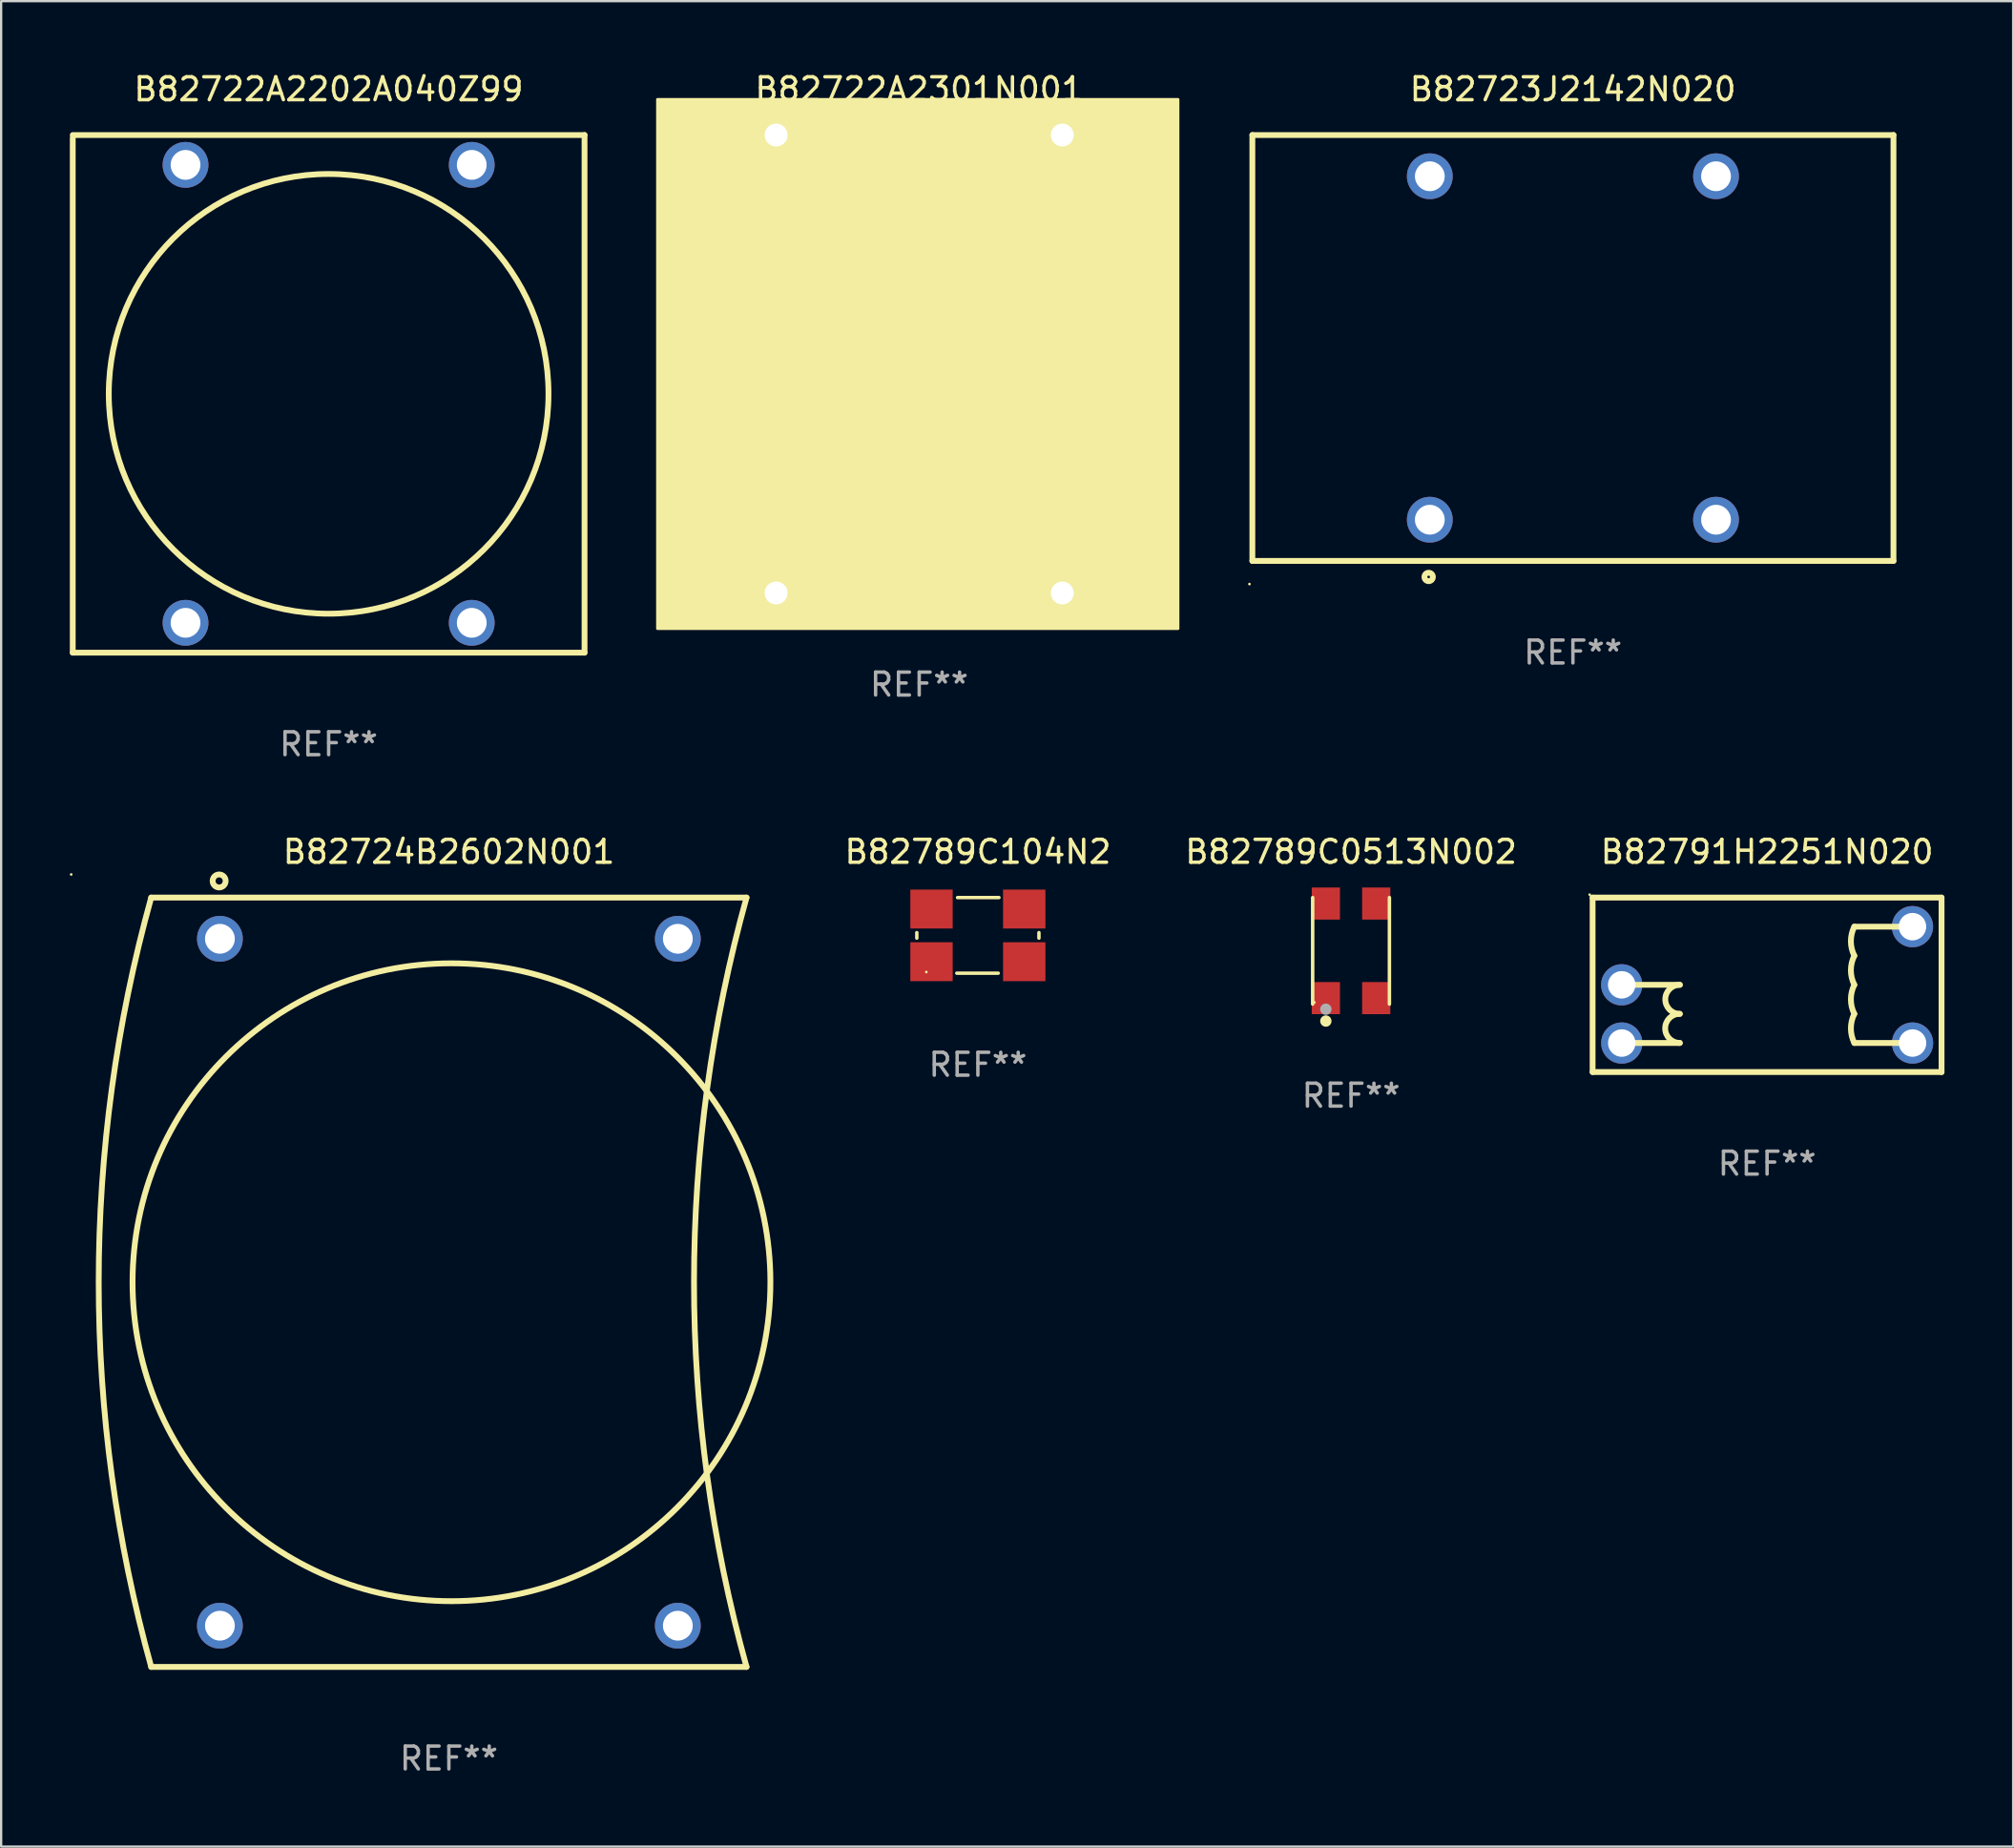
<source format=kicad_pcb>
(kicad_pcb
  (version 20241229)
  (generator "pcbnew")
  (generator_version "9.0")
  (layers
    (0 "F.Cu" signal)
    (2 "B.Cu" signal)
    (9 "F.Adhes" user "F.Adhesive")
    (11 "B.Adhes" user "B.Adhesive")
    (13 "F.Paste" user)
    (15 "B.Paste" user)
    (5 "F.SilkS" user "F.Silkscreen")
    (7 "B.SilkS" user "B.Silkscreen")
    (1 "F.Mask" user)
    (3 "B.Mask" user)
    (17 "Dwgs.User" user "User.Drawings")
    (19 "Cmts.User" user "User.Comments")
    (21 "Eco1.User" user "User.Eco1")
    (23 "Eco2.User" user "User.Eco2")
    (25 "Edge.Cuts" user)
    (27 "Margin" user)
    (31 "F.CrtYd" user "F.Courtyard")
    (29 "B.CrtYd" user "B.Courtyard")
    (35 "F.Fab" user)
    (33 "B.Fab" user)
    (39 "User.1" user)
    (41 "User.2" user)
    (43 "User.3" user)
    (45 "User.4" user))
  (footprint "B82789C0513N002"
    (layer "F.Cu")
    (at 55.956 38.477)
    (property "Reference" "B82789C0513N002" (at 0 -4.326 0) (layer "F.SilkS") (effects (font (size 1 1) (thickness 0.15))))
    (attr through_hole)
    (fp_line (start -1.676 2.326) (end -1.676 -2.326) (stroke (width 0.152) (type solid)) (layer "F.SilkS"))
    (fp_line (start 1.676 2.326) (end 1.676 -2.326) (stroke (width 0.152) (type solid)) (layer "F.SilkS"))
    (fp_circle (center -1.6 2.25) (end -1.57 2.25) (stroke (width 0.06) (type solid)) (fill no) (layer "F.SilkS"))
    (fp_circle (center -1.1 3.066) (end -0.975 3.066) (stroke (width 0.25) (type solid)) (fill no) (layer "F.SilkS"))
    (fp_circle (center -1.1 2.55) (end -0.975 2.55) (stroke (width 0.25) (type solid)) (fill no) (layer "F.Fab"))
    (fp_text user "REF**" (at 0 6.326 0) (layer "F.Fab") (effects (font (size 1 1) (thickness 0.15))))
    (pad "1" smd rect (at -1.1 2.065 90) (size 1.401 1.232) (layers "F.Cu" "F.Mask" "F.Paste"))
    (pad "2" smd rect (at 1.1 2.065 90) (size 1.401 1.232) (layers "F.Cu" "F.Mask" "F.Paste"))
    (pad "3" smd rect (at 1.1 -2.065 90) (size 1.401 1.232) (layers "F.Cu" "F.Mask" "F.Paste"))
    (pad "4" smd rect (at -1.1 -2.065 90) (size 1.401 1.232) (layers "F.Cu" "F.Mask" "F.Paste")))
  (footprint "B82789C104N2"
    (layer "F.Cu")
    (at 39.658 37.802)
    (property "Reference" "B82789C104N2" (at 0 -3.651 0) (layer "F.SilkS") (effects (font (size 1 1) (thickness 0.15))))
    (attr through_hole)
    (fp_line (start -2.667 -0.121) (end -2.667 0.121) (stroke (width 0.15) (type solid)) (layer "F.SilkS"))
    (fp_line (start -0.889 -1.651) (end 0.921 -1.651) (stroke (width 0.15) (type solid)) (layer "F.SilkS"))
    (fp_line (start 0.889 1.651) (end -0.921 1.651) (stroke (width 0.15) (type solid)) (layer "F.SilkS"))
    (fp_line (start 2.667 -0.121) (end 2.667 0.121) (stroke (width 0.15) (type solid)) (layer "F.SilkS"))
    (fp_circle (center -2.25 1.6) (end -2.22 1.6) (stroke (width 0.06) (type solid)) (fill no) (layer "F.SilkS"))
    (fp_text user "REF**" (at 0 5.651 0) (layer "F.Fab") (effects (font (size 1 1) (thickness 0.15))))
    (pad "1" smd rect (at -2.025 1.15) (size 1.85 1.7) (layers "F.Cu" "F.Mask" "F.Paste"))
    (pad "2" smd rect (at 2.025 1.15) (size 1.85 1.7) (layers "F.Cu" "F.Mask" "F.Paste"))
    (pad "3" smd rect (at 2.025 -1.15) (size 1.85 1.7) (layers "F.Cu" "F.Mask" "F.Paste"))
    (pad "4" smd rect (at -2.025 -1.15) (size 1.85 1.7) (layers "F.Cu" "F.Mask" "F.Paste")))
  (footprint "B82723J2142N020"
    (layer "F.Cu")
    (at 65.646 12.148)
    (property "Reference" "B82723J2142N020" (at 0 -11.3 0) (layer "F.SilkS") (effects (font (size 1 1) (thickness 0.15))))
    (attr through_hole)
    (fp_line (start -14 -9.3) (end 14 -9.3) (stroke (width 0.254) (type solid)) (layer "F.SilkS"))
    (fp_line (start -14 9.3) (end -14 -9.3) (stroke (width 0.254) (type solid)) (layer "F.SilkS"))
    (fp_line (start -14 9.3) (end 14 9.3) (stroke (width 0.254) (type solid)) (layer "F.SilkS"))
    (fp_line (start 14 -9.3) (end 14 9.3) (stroke (width 0.254) (type solid)) (layer "F.SilkS"))
    (fp_circle (center -14.127 10.311) (end -14.097 10.311) (stroke (width 0.06) (type solid)) (fill no) (layer "F.SilkS"))
    (fp_circle (center -6.3 10) (end -6.116 10) (stroke (width 0.254) (type solid)) (fill no) (layer "F.SilkS"))
    (fp_text user "REF**" (at 0 13.3 0) (layer "F.Fab") (effects (font (size 1 1) (thickness 0.15))))
    (pad "1" thru_hole circle (at -6.25 7.5) (size 2 2) (drill 1.3) (layers "*.Cu" "*.Mask"))
    (pad "2" thru_hole circle (at 6.25 7.5) (size 2 2) (drill 1.3) (layers "*.Cu" "*.Mask"))
    (pad "3" thru_hole circle (at 6.25 -7.5) (size 2 2) (drill 1.3) (layers "*.Cu" "*.Mask"))
    (pad "4" thru_hole circle (at -6.25 -7.5) (size 2 2) (drill 1.3) (layers "*.Cu" "*.Mask")))
  (footprint "B82722A2202A040Z99"
    (layer "F.Cu")
    (at 11.303 14.151)
    (property "Reference" "B82722A2202A040Z99" (at 0 -13.303 0) (layer "F.SilkS") (effects (font (size 1 1) (thickness 0.15))))
    (attr through_hole)
    (fp_line (start -11.176 -11.176) (end -11.176 11.303) (stroke (width 0.254) (type solid)) (layer "F.SilkS"))
    (fp_line (start -11.176 11.303) (end 11.176 11.303) (stroke (width 0.254) (type solid)) (layer "F.SilkS"))
    (fp_line (start 11.176 -11.303) (end -11.176 -11.303) (stroke (width 0.254) (type solid)) (layer "F.SilkS"))
    (fp_line (start 11.176 11.303) (end 11.176 -11.303) (stroke (width 0.254) (type solid)) (layer "F.SilkS"))
    (fp_circle (center -11.15 11.35) (end -11.12 11.35) (stroke (width 0.06) (type solid)) (fill no) (layer "F.SilkS"))
    (fp_circle (center -0.000076 -0.000076) (end 9.602 -0.000076) (stroke (width 0.254) (type solid)) (fill no) (layer "F.SilkS"))
    (fp_text user "REF**" (at 0 15.303 0) (layer "F.Fab") (effects (font (size 1 1) (thickness 0.15))))
    (pad "1" thru_hole circle (at -6.25 10) (size 2 2) (drill 1.3) (layers "*.Cu" "*.Mask"))
    (pad "2" thru_hole circle (at -6.25 -10) (size 2 2) (drill 1.3) (layers "*.Cu" "*.Mask"))
    (pad "3" thru_hole circle (at 6.25 -10) (size 2 2) (drill 1.3) (layers "*.Cu" "*.Mask"))
    (pad "4" thru_hole circle (at 6.25 10) (size 2 2) (drill 1.3) (layers "*.Cu" "*.Mask")))
  (footprint "B82722A2301N001"
    (layer "F.Cu")
    (at 37.096 12.848)
    (property "Reference" "B82722A2301N001" (at 0 -12 0) (layer "F.SilkS") (effects (font (size 1 1) (thickness 0.15))))
    (attr through_hole)
    (fp_circle (center -11.15 11.35) (end -11.12 11.35) (stroke (width 0.06) (type solid)) (fill no) (layer "F.SilkS"))
    (fp_circle (center -0.000127 0) (end 8.434 0) (stroke (width 0.254) (type solid)) (fill no) (layer "F.SilkS"))
    (fp_poly (pts (xy -11.43 -11.557) (xy 11.303 -11.557) (xy 11.303 11.557) (xy -11.43 11.557)) (stroke (width 0.12) (type solid)) (fill yes) (layer "F.SilkS"))
    (fp_text user "REF**" (at 0 14 0) (layer "F.Fab") (effects (font (size 1 1) (thickness 0.15))))
    (pad "1" thru_hole circle (at -6.25 10) (size 1.524 1.524) (drill 1) (layers "*.Cu" "*.Mask"))
    (pad "2" thru_hole circle (at -6.25 -10) (size 1.524 1.524) (drill 1) (layers "*.Cu" "*.Mask"))
    (pad "3" thru_hole circle (at 6.25 -10) (size 1.524 1.524) (drill 1) (layers "*.Cu" "*.Mask"))
    (pad "4" thru_hole circle (at 6.25 10) (size 1.524 1.524) (drill 1) (layers "*.Cu" "*.Mask")))
  (footprint "B82791H2251N020"
    (layer "F.Cu")
    (at 74.126 39.961)
    (property "Reference" "B82791H2251N020" (at 0 -5.81 0) (layer "F.SilkS") (effects (font (size 1 1) (thickness 0.15))))
    (attr through_hole)
    (fp_line (start -7.62 -3.81) (end -7.62 3.81) (stroke (width 0.254) (type solid)) (layer "F.SilkS"))
    (fp_line (start -7.62 3.81) (end 7.62 3.81) (stroke (width 0.254) (type solid)) (layer "F.SilkS"))
    (fp_line (start -3.81 0) (end -6.35 0) (stroke (width 0.254) (type solid)) (layer "F.SilkS"))
    (fp_line (start -3.81 2.54) (end -6.35 2.54) (stroke (width 0.254) (type solid)) (layer "F.SilkS"))
    (fp_line (start 3.81 2.54) (end 6.35 2.54) (stroke (width 0.254) (type solid)) (layer "F.SilkS"))
    (fp_line (start 6.35 -2.54) (end 3.81 -2.54) (stroke (width 0.254) (type solid)) (layer "F.SilkS"))
    (fp_line (start 7.62 -3.81) (end -7.62 -3.81) (stroke (width 0.254) (type solid)) (layer "F.SilkS"))
    (fp_line (start 7.62 3.81) (end 7.62 -3.81) (stroke (width 0.254) (type solid)) (layer "F.SilkS"))
    (fp_arc (start -3.815088 2.537465) (mid -4.449581 1.902464) (end -3.815088 1.267463) (stroke (width 0.254001) (type solid)) (layer "F.SilkS"))
    (fp_arc (start -3.810008 1.270003) (mid -4.444502 0.635001) (end -3.810008 -0.000001) (stroke (width 0.254001) (type solid)) (layer "F.SilkS"))
    (fp_arc (start 3.810008 -1.270003) (mid 3.660158 -1.905004) (end 3.810008 -2.540005) (stroke (width 0.254001) (type solid)) (layer "F.SilkS"))
    (fp_arc (start 3.810261 -0.000763) (mid 3.660412 -0.635764) (end 3.810262 -1.270765) (stroke (width 0.254001) (type solid)) (layer "F.SilkS"))
    (fp_arc (start 3.810262 1.270256) (mid 3.660412 0.635255) (end 3.810262 0.000254) (stroke (width 0.254001) (type solid)) (layer "F.SilkS"))
    (fp_arc (start 3.810262 2.539243) (mid 3.660412 1.904242) (end 3.810262 1.269241) (stroke (width 0.254001) (type solid)) (layer "F.SilkS"))
    (fp_circle (center -7.747 -3.937) (end -7.717 -3.937) (stroke (width 0.06) (type solid)) (fill no) (layer "F.SilkS"))
    (fp_text user "REF**" (at 0 7.81 0) (layer "F.Fab") (effects (font (size 1 1) (thickness 0.15))))
    (pad "1" thru_hole circle (at -6.35 0) (size 1.8 1.8) (drill 1.2) (layers "*.Cu" "*.Mask"))
    (pad "2" thru_hole circle (at -6.347 2.543) (size 1.8 1.8) (drill 1.2) (layers "*.Cu" "*.Mask"))
    (pad "3" thru_hole circle (at 6.353 2.543) (size 1.8 1.8) (drill 1.2) (layers "*.Cu" "*.Mask"))
    (pad "4" thru_hole circle (at 6.35 -2.54) (size 1.8 1.8) (drill 1.2) (layers "*.Cu" "*.Mask")))
  (footprint "B82724B2602N001"
    (layer "F.Cu")
    (at 16.554 52.951)
    (property "Reference" "B82724B2602N001" (at 0 -18.8 0) (layer "F.SilkS") (effects (font (size 1 1) (thickness 0.15))))
    (attr through_hole)
    (fp_line (start 13 -16.8) (end -13 -16.8) (stroke (width 0.254) (type solid)) (layer "F.SilkS"))
    (fp_line (start 13 16.8) (end -13 16.8) (stroke (width 0.254) (type solid)) (layer "F.SilkS"))
    (fp_arc (start -12.999745 16.799594) (mid -15.292903 -0.000196) (end -13.000025 -16.800025) (stroke (width 0.254001) (type solid)) (layer "F.SilkS"))
    (fp_arc (start 12.999746 16.799594) (mid 10.706821 -0.000235) (end 13.000025 -16.800025) (stroke (width 0.254001) (type solid)) (layer "F.SilkS"))
    (fp_circle (center -16.494 -17.81) (end -16.464 -17.81) (stroke (width 0.06) (type solid)) (fill no) (layer "F.SilkS"))
    (fp_circle (center -10.033 -17.526) (end -9.749 -17.526) (stroke (width 0.254) (type solid)) (fill no) (layer "F.SilkS"))
    (fp_circle (center 0.114 0) (end 14.043 0) (stroke (width 0.254) (type solid)) (fill no) (layer "F.SilkS"))
    (fp_text user "REF**" (at 0 20.8 0) (layer "F.Fab") (effects (font (size 1 1) (thickness 0.15))))
    (pad "1" thru_hole circle (at -10 -15) (size 2 2) (drill 1.3) (layers "*.Cu" "*.Mask"))
    (pad "2" thru_hole circle (at -10 15) (size 2 2) (drill 1.3) (layers "*.Cu" "*.Mask"))
    (pad "3" thru_hole circle (at 10 15) (size 2 2) (drill 1.3) (layers "*.Cu" "*.Mask"))
    (pad "4" thru_hole circle (at 10 -15) (size 2 2) (drill 1.3) (layers "*.Cu" "*.Mask")))
  (gr_rect
    (start -3 -3)
    (end 84.873 77.599)
    (stroke (width 0.1) (type default))
    (fill no)
    (layer "Edge.Cuts")))
</source>
